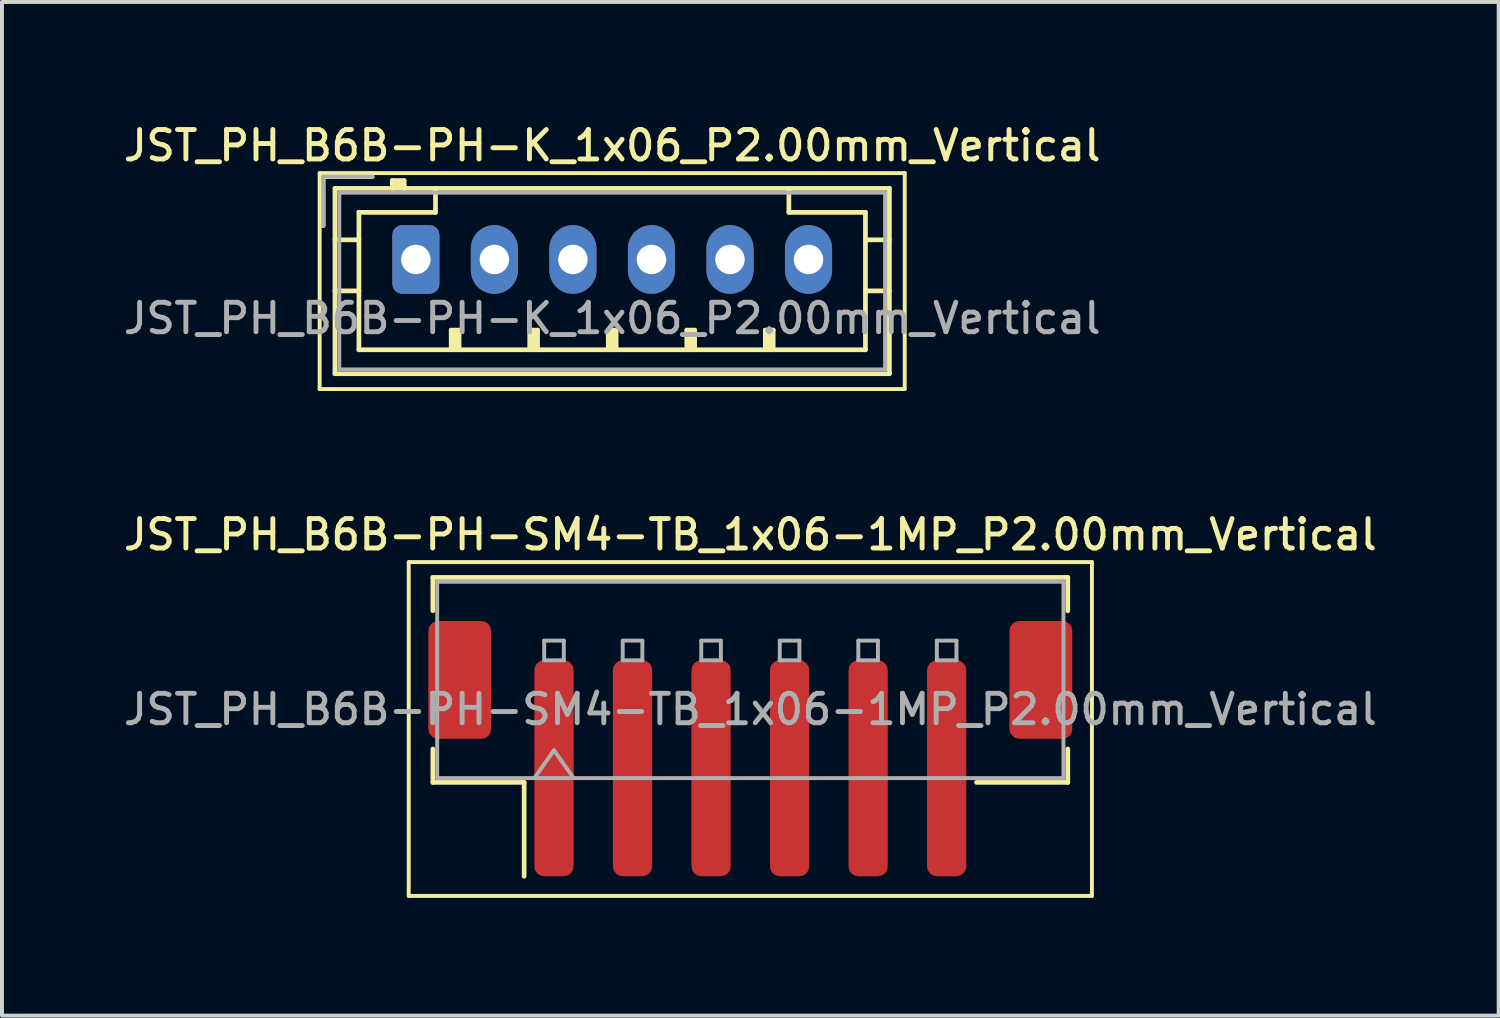
<source format=kicad_pcb>
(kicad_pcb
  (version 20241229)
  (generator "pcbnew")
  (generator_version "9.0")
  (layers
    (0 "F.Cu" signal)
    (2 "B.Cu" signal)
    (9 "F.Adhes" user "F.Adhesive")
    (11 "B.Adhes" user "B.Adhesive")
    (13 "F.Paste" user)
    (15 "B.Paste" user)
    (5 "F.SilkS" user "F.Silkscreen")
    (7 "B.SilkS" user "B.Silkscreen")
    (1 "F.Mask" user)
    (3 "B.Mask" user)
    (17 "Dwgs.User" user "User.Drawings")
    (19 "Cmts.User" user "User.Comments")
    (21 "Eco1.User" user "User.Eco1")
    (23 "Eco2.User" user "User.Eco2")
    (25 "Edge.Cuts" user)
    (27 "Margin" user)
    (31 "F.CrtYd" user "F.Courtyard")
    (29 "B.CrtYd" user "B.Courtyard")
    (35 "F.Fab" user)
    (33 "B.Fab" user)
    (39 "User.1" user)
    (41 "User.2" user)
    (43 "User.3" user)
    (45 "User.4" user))
  (footprint "JST_PH_B6B-PH-K_1x06_P2.00mm_Vertical"
    (layer "F.Cu")
    (at 7.541 3.558)
    (property "Reference" "JST_PH_B6B-PH-K_1x06_P2.00mm_Vertical" (at 5 -2.9 0) (layer "F.SilkS") (effects (font (size 0.75 0.75) (thickness 0.125))))
    (attr through_hole)
    (fp_line (start -2.45 -2.2) (end -2.45 3.3) (stroke (width 0.1) (type solid)) (layer "F.SilkS"))
    (fp_line (start -2.45 3.3) (end 12.45 3.3) (stroke (width 0.1) (type solid)) (layer "F.SilkS"))
    (fp_line (start -2.36 -2.11) (end -2.36 -0.86) (stroke (width 0.12) (type solid)) (layer "F.SilkS"))
    (fp_line (start -2.06 -1.81) (end -2.06 2.91) (stroke (width 0.12) (type solid)) (layer "F.SilkS"))
    (fp_line (start -2.06 -0.5) (end -1.45 -0.5) (stroke (width 0.12) (type solid)) (layer "F.SilkS"))
    (fp_line (start -2.06 0.8) (end -1.45 0.8) (stroke (width 0.12) (type solid)) (layer "F.SilkS"))
    (fp_line (start -2.06 2.91) (end 12.06 2.91) (stroke (width 0.12) (type solid)) (layer "F.SilkS"))
    (fp_line (start -1.45 -1.2) (end -1.45 2.3) (stroke (width 0.12) (type solid)) (layer "F.SilkS"))
    (fp_line (start -1.45 2.3) (end 11.45 2.3) (stroke (width 0.12) (type solid)) (layer "F.SilkS"))
    (fp_line (start -1.11 -2.11) (end -2.36 -2.11) (stroke (width 0.12) (type solid)) (layer "F.SilkS"))
    (fp_line (start -0.6 -2.01) (end -0.6 -1.81) (stroke (width 0.12) (type solid)) (layer "F.SilkS"))
    (fp_line (start -0.3 -2.01) (end -0.6 -2.01) (stroke (width 0.12) (type solid)) (layer "F.SilkS"))
    (fp_line (start -0.3 -1.91) (end -0.6 -1.91) (stroke (width 0.12) (type solid)) (layer "F.SilkS"))
    (fp_line (start -0.3 -1.81) (end -0.3 -2.01) (stroke (width 0.12) (type solid)) (layer "F.SilkS"))
    (fp_line (start 0.5 -1.81) (end 0.5 -1.2) (stroke (width 0.12) (type solid)) (layer "F.SilkS"))
    (fp_line (start 0.5 -1.2) (end -1.45 -1.2) (stroke (width 0.12) (type solid)) (layer "F.SilkS"))
    (fp_line (start 0.9 1.8) (end 1.1 1.8) (stroke (width 0.12) (type solid)) (layer "F.SilkS"))
    (fp_line (start 0.9 2.3) (end 0.9 1.8) (stroke (width 0.12) (type solid)) (layer "F.SilkS"))
    (fp_line (start 1 2.3) (end 1 1.8) (stroke (width 0.12) (type solid)) (layer "F.SilkS"))
    (fp_line (start 1.1 1.8) (end 1.1 2.3) (stroke (width 0.12) (type solid)) (layer "F.SilkS"))
    (fp_line (start 2.9 1.8) (end 3.1 1.8) (stroke (width 0.12) (type solid)) (layer "F.SilkS"))
    (fp_line (start 2.9 2.3) (end 2.9 1.8) (stroke (width 0.12) (type solid)) (layer "F.SilkS"))
    (fp_line (start 3 2.3) (end 3 1.8) (stroke (width 0.12) (type solid)) (layer "F.SilkS"))
    (fp_line (start 3.1 1.8) (end 3.1 2.3) (stroke (width 0.12) (type solid)) (layer "F.SilkS"))
    (fp_line (start 4.9 1.8) (end 5.1 1.8) (stroke (width 0.12) (type solid)) (layer "F.SilkS"))
    (fp_line (start 4.9 2.3) (end 4.9 1.8) (stroke (width 0.12) (type solid)) (layer "F.SilkS"))
    (fp_line (start 5 2.3) (end 5 1.8) (stroke (width 0.12) (type solid)) (layer "F.SilkS"))
    (fp_line (start 5.1 1.8) (end 5.1 2.3) (stroke (width 0.12) (type solid)) (layer "F.SilkS"))
    (fp_line (start 6.9 1.8) (end 7.1 1.8) (stroke (width 0.12) (type solid)) (layer "F.SilkS"))
    (fp_line (start 6.9 2.3) (end 6.9 1.8) (stroke (width 0.12) (type solid)) (layer "F.SilkS"))
    (fp_line (start 7 2.3) (end 7 1.8) (stroke (width 0.12) (type solid)) (layer "F.SilkS"))
    (fp_line (start 7.1 1.8) (end 7.1 2.3) (stroke (width 0.12) (type solid)) (layer "F.SilkS"))
    (fp_line (start 8.9 1.8) (end 9.1 1.8) (stroke (width 0.12) (type solid)) (layer "F.SilkS"))
    (fp_line (start 8.9 2.3) (end 8.9 1.8) (stroke (width 0.12) (type solid)) (layer "F.SilkS"))
    (fp_line (start 9 2.3) (end 9 1.8) (stroke (width 0.12) (type solid)) (layer "F.SilkS"))
    (fp_line (start 9.1 1.8) (end 9.1 2.3) (stroke (width 0.12) (type solid)) (layer "F.SilkS"))
    (fp_line (start 9.5 -1.2) (end 9.5 -1.81) (stroke (width 0.12) (type solid)) (layer "F.SilkS"))
    (fp_line (start 11.45 -1.2) (end 9.5 -1.2) (stroke (width 0.12) (type solid)) (layer "F.SilkS"))
    (fp_line (start 11.45 2.3) (end 11.45 -1.2) (stroke (width 0.12) (type solid)) (layer "F.SilkS"))
    (fp_line (start 12.06 -1.81) (end -2.06 -1.81) (stroke (width 0.12) (type solid)) (layer "F.SilkS"))
    (fp_line (start 12.06 -0.5) (end 11.45 -0.5) (stroke (width 0.12) (type solid)) (layer "F.SilkS"))
    (fp_line (start 12.06 0.8) (end 11.45 0.8) (stroke (width 0.12) (type solid)) (layer "F.SilkS"))
    (fp_line (start 12.06 2.91) (end 12.06 -1.81) (stroke (width 0.12) (type solid)) (layer "F.SilkS"))
    (fp_line (start 12.45 -2.2) (end -2.45 -2.2) (stroke (width 0.1) (type solid)) (layer "F.SilkS"))
    (fp_line (start 12.45 3.3) (end 12.45 -2.2) (stroke (width 0.1) (type solid)) (layer "F.SilkS"))
    (fp_line (start -2.36 -2.11) (end -2.36 -0.86) (stroke (width 0.1) (type solid)) (layer "F.Fab"))
    (fp_line (start -1.95 -1.7) (end -1.95 2.8) (stroke (width 0.1) (type solid)) (layer "F.Fab"))
    (fp_line (start -1.95 2.8) (end 11.95 2.8) (stroke (width 0.1) (type solid)) (layer "F.Fab"))
    (fp_line (start -1.11 -2.11) (end -2.36 -2.11) (stroke (width 0.1) (type solid)) (layer "F.Fab"))
    (fp_line (start 11.95 -1.7) (end -1.95 -1.7) (stroke (width 0.1) (type solid)) (layer "F.Fab"))
    (fp_line (start 11.95 2.8) (end 11.95 -1.7) (stroke (width 0.1) (type solid)) (layer "F.Fab"))
    (fp_text user "${REFERENCE}" (at 5 1.5 0) (layer "F.Fab") (effects (font (size 0.75 0.75) (thickness 0.125))))
    (pad "1" thru_hole roundrect (at 0 0) (size 1.2 1.75) (drill 0.75) (layers "*.Cu" "*.Mask") (roundrect_rratio 0.208))
    (pad "2" thru_hole oval (at 2 0) (size 1.2 1.75) (drill 0.75) (layers "*.Cu" "*.Mask"))
    (pad "3" thru_hole oval (at 4 0) (size 1.2 1.75) (drill 0.75) (layers "*.Cu" "*.Mask"))
    (pad "4" thru_hole oval (at 6 0) (size 1.2 1.75) (drill 0.75) (layers "*.Cu" "*.Mask"))
    (pad "5" thru_hole oval (at 8 0) (size 1.2 1.75) (drill 0.75) (layers "*.Cu" "*.Mask"))
    (pad "6" thru_hole oval (at 10 0) (size 1.2 1.75) (drill 0.75) (layers "*.Cu" "*.Mask")))
  (footprint "JST_PH_B6B-PH-SM4-TB_1x06-1MP_P2.00mm_Vertical"
    (layer "F.Cu")
    (at 16.059 16.016)
    (property "Reference" "JST_PH_B6B-PH-SM4-TB_1x06-1MP_P2.00mm_Vertical" (at 0 -5.45 0) (layer "F.SilkS") (effects (font (size 0.75 0.75) (thickness 0.125))))
    (attr smd)
    (fp_line (start -8.7 -4.75) (end -8.7 3.75) (stroke (width 0.1) (type solid)) (layer "F.SilkS"))
    (fp_line (start -8.7 3.75) (end 8.7 3.75) (stroke (width 0.1) (type solid)) (layer "F.SilkS"))
    (fp_line (start -8.085 -4.36) (end 8.085 -4.36) (stroke (width 0.12) (type solid)) (layer "F.SilkS"))
    (fp_line (start -8.085 -3.51) (end -8.085 -4.36) (stroke (width 0.12) (type solid)) (layer "F.SilkS"))
    (fp_line (start -8.085 0.01) (end -8.085 0.86) (stroke (width 0.12) (type solid)) (layer "F.SilkS"))
    (fp_line (start -8.085 0.86) (end -5.76 0.86) (stroke (width 0.12) (type solid)) (layer "F.SilkS"))
    (fp_line (start -5.76 0.86) (end -5.76 3.25) (stroke (width 0.12) (type solid)) (layer "F.SilkS"))
    (fp_line (start 8.085 -4.36) (end 8.085 -3.51) (stroke (width 0.12) (type solid)) (layer "F.SilkS"))
    (fp_line (start 8.085 0.01) (end 8.085 0.86) (stroke (width 0.12) (type solid)) (layer "F.SilkS"))
    (fp_line (start 8.085 0.86) (end 5.76 0.86) (stroke (width 0.12) (type solid)) (layer "F.SilkS"))
    (fp_line (start 8.7 -4.75) (end -8.7 -4.75) (stroke (width 0.1) (type solid)) (layer "F.SilkS"))
    (fp_line (start 8.7 3.75) (end 8.7 -4.75) (stroke (width 0.1) (type solid)) (layer "F.SilkS"))
    (fp_line (start -7.975 -4.25) (end 7.975 -4.25) (stroke (width 0.1) (type solid)) (layer "F.Fab"))
    (fp_line (start -7.975 0.75) (end -7.975 -4.25) (stroke (width 0.1) (type solid)) (layer "F.Fab"))
    (fp_line (start -7.975 0.75) (end 7.975 0.75) (stroke (width 0.1) (type solid)) (layer "F.Fab"))
    (fp_line (start -5.5 0.75) (end -5 0.043) (stroke (width 0.1) (type solid)) (layer "F.Fab"))
    (fp_line (start -5.25 -2.75) (end -5.25 -2.25) (stroke (width 0.1) (type solid)) (layer "F.Fab"))
    (fp_line (start -5.25 -2.25) (end -4.75 -2.25) (stroke (width 0.1) (type solid)) (layer "F.Fab"))
    (fp_line (start -5 0.043) (end -4.5 0.75) (stroke (width 0.1) (type solid)) (layer "F.Fab"))
    (fp_line (start -4.75 -2.75) (end -5.25 -2.75) (stroke (width 0.1) (type solid)) (layer "F.Fab"))
    (fp_line (start -4.75 -2.25) (end -4.75 -2.75) (stroke (width 0.1) (type solid)) (layer "F.Fab"))
    (fp_line (start -3.25 -2.75) (end -3.25 -2.25) (stroke (width 0.1) (type solid)) (layer "F.Fab"))
    (fp_line (start -3.25 -2.25) (end -2.75 -2.25) (stroke (width 0.1) (type solid)) (layer "F.Fab"))
    (fp_line (start -2.75 -2.75) (end -3.25 -2.75) (stroke (width 0.1) (type solid)) (layer "F.Fab"))
    (fp_line (start -2.75 -2.25) (end -2.75 -2.75) (stroke (width 0.1) (type solid)) (layer "F.Fab"))
    (fp_line (start -1.25 -2.75) (end -1.25 -2.25) (stroke (width 0.1) (type solid)) (layer "F.Fab"))
    (fp_line (start -1.25 -2.25) (end -0.75 -2.25) (stroke (width 0.1) (type solid)) (layer "F.Fab"))
    (fp_line (start -0.75 -2.75) (end -1.25 -2.75) (stroke (width 0.1) (type solid)) (layer "F.Fab"))
    (fp_line (start -0.75 -2.25) (end -0.75 -2.75) (stroke (width 0.1) (type solid)) (layer "F.Fab"))
    (fp_line (start 0.75 -2.75) (end 0.75 -2.25) (stroke (width 0.1) (type solid)) (layer "F.Fab"))
    (fp_line (start 0.75 -2.25) (end 1.25 -2.25) (stroke (width 0.1) (type solid)) (layer "F.Fab"))
    (fp_line (start 1.25 -2.75) (end 0.75 -2.75) (stroke (width 0.1) (type solid)) (layer "F.Fab"))
    (fp_line (start 1.25 -2.25) (end 1.25 -2.75) (stroke (width 0.1) (type solid)) (layer "F.Fab"))
    (fp_line (start 2.75 -2.75) (end 2.75 -2.25) (stroke (width 0.1) (type solid)) (layer "F.Fab"))
    (fp_line (start 2.75 -2.25) (end 3.25 -2.25) (stroke (width 0.1) (type solid)) (layer "F.Fab"))
    (fp_line (start 3.25 -2.75) (end 2.75 -2.75) (stroke (width 0.1) (type solid)) (layer "F.Fab"))
    (fp_line (start 3.25 -2.25) (end 3.25 -2.75) (stroke (width 0.1) (type solid)) (layer "F.Fab"))
    (fp_line (start 4.75 -2.75) (end 4.75 -2.25) (stroke (width 0.1) (type solid)) (layer "F.Fab"))
    (fp_line (start 4.75 -2.25) (end 5.25 -2.25) (stroke (width 0.1) (type solid)) (layer "F.Fab"))
    (fp_line (start 5.25 -2.75) (end 4.75 -2.75) (stroke (width 0.1) (type solid)) (layer "F.Fab"))
    (fp_line (start 5.25 -2.25) (end 5.25 -2.75) (stroke (width 0.1) (type solid)) (layer "F.Fab"))
    (fp_line (start 7.975 0.75) (end 7.975 -4.25) (stroke (width 0.1) (type solid)) (layer "F.Fab"))
    (fp_text user "${REFERENCE}" (at 0 -1 0) (layer "F.Fab") (effects (font (size 0.75 0.75) (thickness 0.125))))
    (pad "1" smd roundrect (at -5 0.5) (size 1 5.5) (layers "F.Cu" "F.Mask" "F.Paste") (roundrect_rratio 0.25))
    (pad "2" smd roundrect (at -3 0.5) (size 1 5.5) (layers "F.Cu" "F.Mask" "F.Paste") (roundrect_rratio 0.25))
    (pad "3" smd roundrect (at -1 0.5) (size 1 5.5) (layers "F.Cu" "F.Mask" "F.Paste") (roundrect_rratio 0.25))
    (pad "4" smd roundrect (at 1 0.5) (size 1 5.5) (layers "F.Cu" "F.Mask" "F.Paste") (roundrect_rratio 0.25))
    (pad "5" smd roundrect (at 3 0.5) (size 1 5.5) (layers "F.Cu" "F.Mask" "F.Paste") (roundrect_rratio 0.25))
    (pad "6" smd roundrect (at 5 0.5) (size 1 5.5) (layers "F.Cu" "F.Mask" "F.Paste") (roundrect_rratio 0.25))
    (pad "MP" smd roundrect (at -7.4 -1.75) (size 1.6 3) (layers "F.Cu" "F.Mask" "F.Paste") (roundrect_rratio 0.156))
    (pad "MP" smd roundrect (at 7.4 -1.75) (size 1.6 3) (layers "F.Cu" "F.Mask" "F.Paste") (roundrect_rratio 0.156)))
  (gr_rect
    (start -3 -3)
    (end 35.118 22.816)
    (stroke (width 0.1) (type default))
    (fill no)
    (layer "Edge.Cuts")))
</source>
